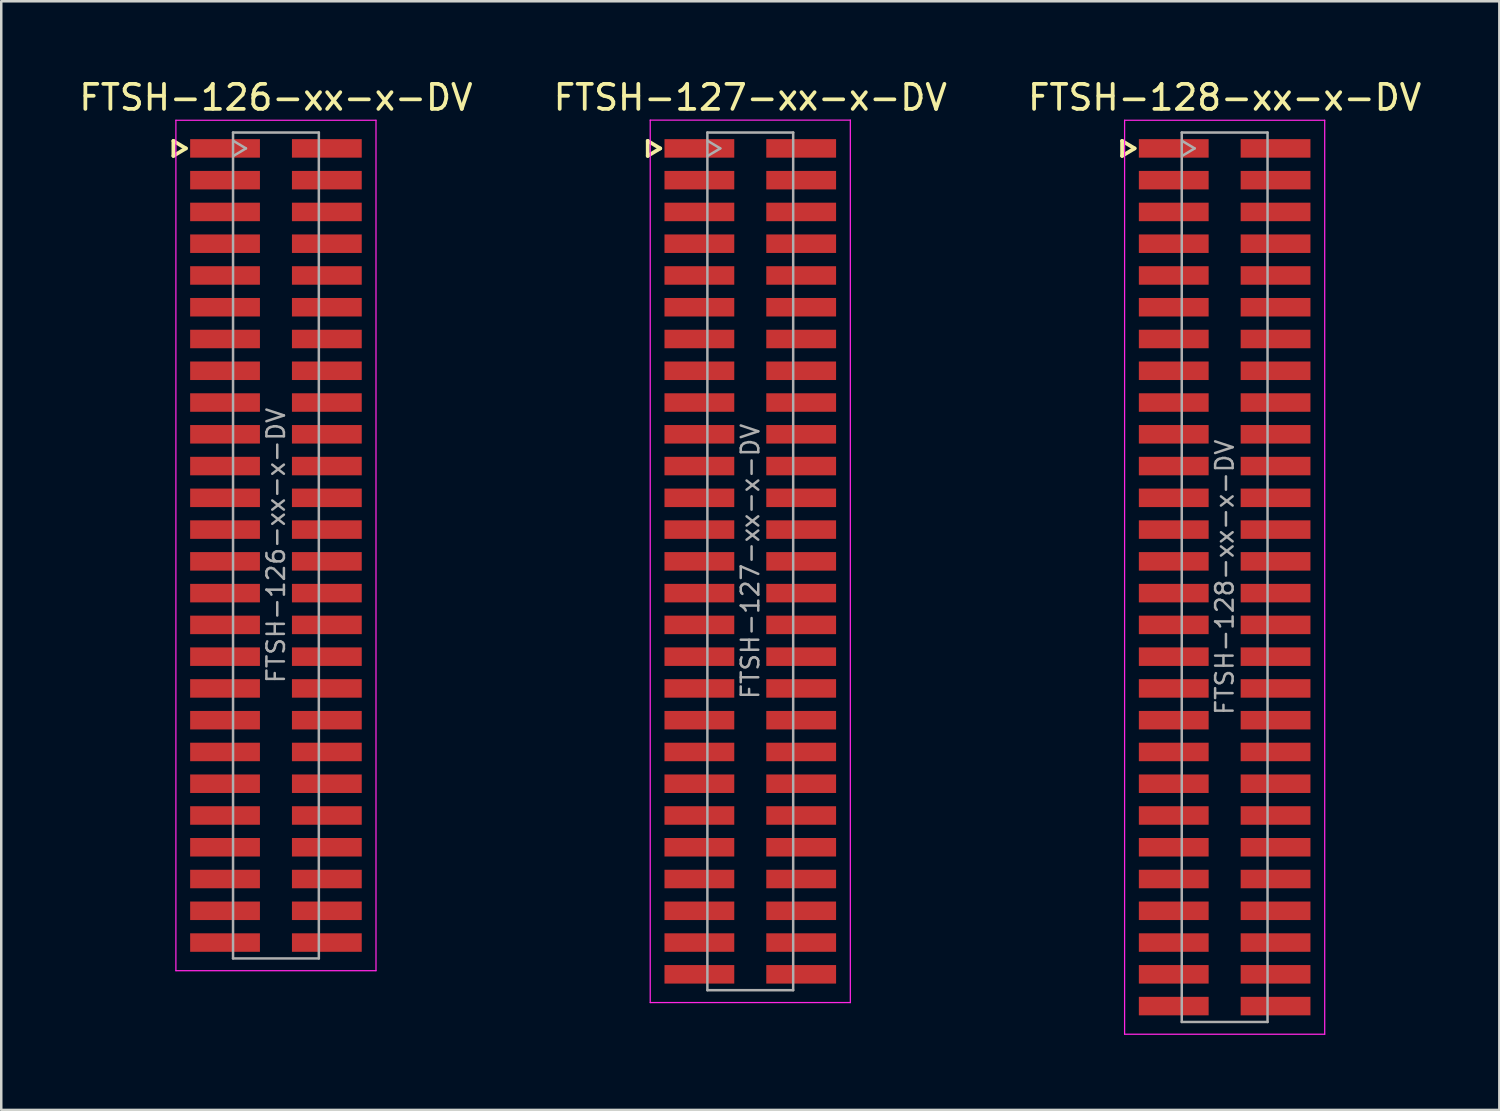
<source format=kicad_pcb>
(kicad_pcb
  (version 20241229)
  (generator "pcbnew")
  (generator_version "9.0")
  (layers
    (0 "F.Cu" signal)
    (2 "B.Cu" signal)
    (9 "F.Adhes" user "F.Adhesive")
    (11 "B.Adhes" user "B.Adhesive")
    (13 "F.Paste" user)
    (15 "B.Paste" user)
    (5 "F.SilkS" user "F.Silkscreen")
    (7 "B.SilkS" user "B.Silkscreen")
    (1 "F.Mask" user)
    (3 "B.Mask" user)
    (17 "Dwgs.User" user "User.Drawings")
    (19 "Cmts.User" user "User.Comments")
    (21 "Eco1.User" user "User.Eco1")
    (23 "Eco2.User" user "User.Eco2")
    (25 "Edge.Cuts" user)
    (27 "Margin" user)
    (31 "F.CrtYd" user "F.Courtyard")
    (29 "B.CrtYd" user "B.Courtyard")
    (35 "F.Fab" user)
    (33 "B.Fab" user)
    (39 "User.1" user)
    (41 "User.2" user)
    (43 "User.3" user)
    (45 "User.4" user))
  (footprint "FTSH-127-xx-x-DV"
    (layer "F.Cu")
    (at 26.946 19.393)
    (property "Reference" "FTSH-127-xx-x-DV" (at 0 -18.545 0) (layer "F.SilkS") (effects (font (size 1 1) (thickness 0.15))))
    (attr smd)
    (fp_line (start -4.1 -16.81) (end -4.1 -16.21) (stroke (width 0.15) (type solid)) (layer "F.SilkS"))
    (fp_line (start -4.1 -16.21) (end -3.6 -16.51) (stroke (width 0.15) (type solid)) (layer "F.SilkS"))
    (fp_line (start -3.6 -16.51) (end -4.1 -16.81) (stroke (width 0.15) (type solid)) (layer "F.SilkS"))
    (fp_line (start -4 -17.64) (end 4 -17.64) (stroke (width 0.05) (type solid)) (layer "F.CrtYd"))
    (fp_line (start -4 17.64) (end -4 -17.64) (stroke (width 0.05) (type solid)) (layer "F.CrtYd"))
    (fp_line (start 4 -17.64) (end 4 17.64) (stroke (width 0.05) (type solid)) (layer "F.CrtYd"))
    (fp_line (start 4 17.64) (end -4 17.64) (stroke (width 0.05) (type solid)) (layer "F.CrtYd"))
    (fp_line (start -1.715 -17.145) (end -1.715 17.145) (stroke (width 0.1) (type solid)) (layer "F.Fab"))
    (fp_line (start -1.715 -17.145) (end 1.715 -17.145) (stroke (width 0.1) (type solid)) (layer "F.Fab"))
    (fp_line (start -1.715 17.145) (end 1.715 17.145) (stroke (width 0.1) (type solid)) (layer "F.Fab"))
    (fp_line (start -1.7 -16.21) (end -1.2 -16.51) (stroke (width 0.1) (type solid)) (layer "F.Fab"))
    (fp_line (start -1.2 -16.51) (end -1.7 -16.81) (stroke (width 0.1) (type solid)) (layer "F.Fab"))
    (fp_line (start 1.715 -17.145) (end 1.715 17.145) (stroke (width 0.1) (type solid)) (layer "F.Fab"))
    (fp_text user "${REFERENCE}" (at 0 0 270) (layer "F.Fab") (effects (font (size 0.7 0.7) (thickness 0.1))))
    (pad "1" smd rect (at -2.035 -16.51) (size 2.79 0.74) (layers "F.Cu" "F.Mask" "F.Paste"))
    (pad "2" smd rect (at 2.035 -16.51) (size 2.79 0.74) (layers "F.Cu" "F.Mask" "F.Paste"))
    (pad "3" smd rect (at -2.035 -15.24) (size 2.79 0.74) (layers "F.Cu" "F.Mask" "F.Paste"))
    (pad "4" smd rect (at 2.035 -15.24) (size 2.79 0.74) (layers "F.Cu" "F.Mask" "F.Paste"))
    (pad "5" smd rect (at -2.035 -13.97) (size 2.79 0.74) (layers "F.Cu" "F.Mask" "F.Paste"))
    (pad "6" smd rect (at 2.035 -13.97) (size 2.79 0.74) (layers "F.Cu" "F.Mask" "F.Paste"))
    (pad "7" smd rect (at -2.035 -12.7) (size 2.79 0.74) (layers "F.Cu" "F.Mask" "F.Paste"))
    (pad "8" smd rect (at 2.035 -12.7) (size 2.79 0.74) (layers "F.Cu" "F.Mask" "F.Paste"))
    (pad "9" smd rect (at -2.035 -11.43) (size 2.79 0.74) (layers "F.Cu" "F.Mask" "F.Paste"))
    (pad "10" smd rect (at 2.035 -11.43) (size 2.79 0.74) (layers "F.Cu" "F.Mask" "F.Paste"))
    (pad "11" smd rect (at -2.035 -10.16) (size 2.79 0.74) (layers "F.Cu" "F.Mask" "F.Paste"))
    (pad "12" smd rect (at 2.035 -10.16) (size 2.79 0.74) (layers "F.Cu" "F.Mask" "F.Paste"))
    (pad "13" smd rect (at -2.035 -8.89) (size 2.79 0.74) (layers "F.Cu" "F.Mask" "F.Paste"))
    (pad "14" smd rect (at 2.035 -8.89) (size 2.79 0.74) (layers "F.Cu" "F.Mask" "F.Paste"))
    (pad "15" smd rect (at -2.035 -7.62) (size 2.79 0.74) (layers "F.Cu" "F.Mask" "F.Paste"))
    (pad "16" smd rect (at 2.035 -7.62) (size 2.79 0.74) (layers "F.Cu" "F.Mask" "F.Paste"))
    (pad "17" smd rect (at -2.035 -6.35) (size 2.79 0.74) (layers "F.Cu" "F.Mask" "F.Paste"))
    (pad "18" smd rect (at 2.035 -6.35) (size 2.79 0.74) (layers "F.Cu" "F.Mask" "F.Paste"))
    (pad "19" smd rect (at -2.035 -5.08) (size 2.79 0.74) (layers "F.Cu" "F.Mask" "F.Paste"))
    (pad "20" smd rect (at 2.035 -5.08) (size 2.79 0.74) (layers "F.Cu" "F.Mask" "F.Paste"))
    (pad "21" smd rect (at -2.035 -3.81) (size 2.79 0.74) (layers "F.Cu" "F.Mask" "F.Paste"))
    (pad "22" smd rect (at 2.035 -3.81) (size 2.79 0.74) (layers "F.Cu" "F.Mask" "F.Paste"))
    (pad "23" smd rect (at -2.035 -2.54) (size 2.79 0.74) (layers "F.Cu" "F.Mask" "F.Paste"))
    (pad "24" smd rect (at 2.035 -2.54) (size 2.79 0.74) (layers "F.Cu" "F.Mask" "F.Paste"))
    (pad "25" smd rect (at -2.035 -1.27) (size 2.79 0.74) (layers "F.Cu" "F.Mask" "F.Paste"))
    (pad "26" smd rect (at 2.035 -1.27) (size 2.79 0.74) (layers "F.Cu" "F.Mask" "F.Paste"))
    (pad "27" smd rect (at -2.035 0) (size 2.79 0.74) (layers "F.Cu" "F.Mask" "F.Paste"))
    (pad "28" smd rect (at 2.035 0) (size 2.79 0.74) (layers "F.Cu" "F.Mask" "F.Paste"))
    (pad "29" smd rect (at -2.035 1.27) (size 2.79 0.74) (layers "F.Cu" "F.Mask" "F.Paste"))
    (pad "30" smd rect (at 2.035 1.27) (size 2.79 0.74) (layers "F.Cu" "F.Mask" "F.Paste"))
    (pad "31" smd rect (at -2.035 2.54) (size 2.79 0.74) (layers "F.Cu" "F.Mask" "F.Paste"))
    (pad "32" smd rect (at 2.035 2.54) (size 2.79 0.74) (layers "F.Cu" "F.Mask" "F.Paste"))
    (pad "33" smd rect (at -2.035 3.81) (size 2.79 0.74) (layers "F.Cu" "F.Mask" "F.Paste"))
    (pad "34" smd rect (at 2.035 3.81) (size 2.79 0.74) (layers "F.Cu" "F.Mask" "F.Paste"))
    (pad "35" smd rect (at -2.035 5.08) (size 2.79 0.74) (layers "F.Cu" "F.Mask" "F.Paste"))
    (pad "36" smd rect (at 2.035 5.08) (size 2.79 0.74) (layers "F.Cu" "F.Mask" "F.Paste"))
    (pad "37" smd rect (at -2.035 6.35) (size 2.79 0.74) (layers "F.Cu" "F.Mask" "F.Paste"))
    (pad "38" smd rect (at 2.035 6.35) (size 2.79 0.74) (layers "F.Cu" "F.Mask" "F.Paste"))
    (pad "39" smd rect (at -2.035 7.62) (size 2.79 0.74) (layers "F.Cu" "F.Mask" "F.Paste"))
    (pad "40" smd rect (at 2.035 7.62) (size 2.79 0.74) (layers "F.Cu" "F.Mask" "F.Paste"))
    (pad "41" smd rect (at -2.035 8.89) (size 2.79 0.74) (layers "F.Cu" "F.Mask" "F.Paste"))
    (pad "42" smd rect (at 2.035 8.89) (size 2.79 0.74) (layers "F.Cu" "F.Mask" "F.Paste"))
    (pad "43" smd rect (at -2.035 10.16) (size 2.79 0.74) (layers "F.Cu" "F.Mask" "F.Paste"))
    (pad "44" smd rect (at 2.035 10.16) (size 2.79 0.74) (layers "F.Cu" "F.Mask" "F.Paste"))
    (pad "45" smd rect (at -2.035 11.43) (size 2.79 0.74) (layers "F.Cu" "F.Mask" "F.Paste"))
    (pad "46" smd rect (at 2.035 11.43) (size 2.79 0.74) (layers "F.Cu" "F.Mask" "F.Paste"))
    (pad "47" smd rect (at -2.035 12.7) (size 2.79 0.74) (layers "F.Cu" "F.Mask" "F.Paste"))
    (pad "48" smd rect (at 2.035 12.7) (size 2.79 0.74) (layers "F.Cu" "F.Mask" "F.Paste"))
    (pad "49" smd rect (at -2.035 13.97) (size 2.79 0.74) (layers "F.Cu" "F.Mask" "F.Paste"))
    (pad "50" smd rect (at 2.035 13.97) (size 2.79 0.74) (layers "F.Cu" "F.Mask" "F.Paste"))
    (pad "51" smd rect (at -2.035 15.24) (size 2.79 0.74) (layers "F.Cu" "F.Mask" "F.Paste"))
    (pad "52" smd rect (at 2.035 15.24) (size 2.79 0.74) (layers "F.Cu" "F.Mask" "F.Paste"))
    (pad "53" smd rect (at -2.035 16.51) (size 2.79 0.74) (layers "F.Cu" "F.Mask" "F.Paste"))
    (pad "54" smd rect (at 2.035 16.51) (size 2.79 0.74) (layers "F.Cu" "F.Mask" "F.Paste")))
  (footprint "FTSH-126-xx-x-DV"
    (layer "F.Cu")
    (at 7.982 18.758)
    (property "Reference" "FTSH-126-xx-x-DV" (at 0 -17.91 0) (layer "F.SilkS") (effects (font (size 1 1) (thickness 0.15))))
    (attr smd)
    (fp_line (start -4.1 -16.175) (end -4.1 -15.575) (stroke (width 0.15) (type solid)) (layer "F.SilkS"))
    (fp_line (start -4.1 -15.575) (end -3.6 -15.875) (stroke (width 0.15) (type solid)) (layer "F.SilkS"))
    (fp_line (start -3.6 -15.875) (end -4.1 -16.175) (stroke (width 0.15) (type solid)) (layer "F.SilkS"))
    (fp_line (start -4 -17) (end 4 -17) (stroke (width 0.05) (type solid)) (layer "F.CrtYd"))
    (fp_line (start -4 17) (end -4 -17) (stroke (width 0.05) (type solid)) (layer "F.CrtYd"))
    (fp_line (start 4 -17) (end 4 17) (stroke (width 0.05) (type solid)) (layer "F.CrtYd"))
    (fp_line (start 4 17) (end -4 17) (stroke (width 0.05) (type solid)) (layer "F.CrtYd"))
    (fp_line (start -1.715 -16.51) (end -1.715 16.51) (stroke (width 0.1) (type solid)) (layer "F.Fab"))
    (fp_line (start -1.715 -16.51) (end 1.715 -16.51) (stroke (width 0.1) (type solid)) (layer "F.Fab"))
    (fp_line (start -1.715 16.51) (end 1.715 16.51) (stroke (width 0.1) (type solid)) (layer "F.Fab"))
    (fp_line (start -1.7 -15.575) (end -1.2 -15.875) (stroke (width 0.1) (type solid)) (layer "F.Fab"))
    (fp_line (start -1.2 -15.875) (end -1.7 -16.175) (stroke (width 0.1) (type solid)) (layer "F.Fab"))
    (fp_line (start 1.715 -16.51) (end 1.715 16.51) (stroke (width 0.1) (type solid)) (layer "F.Fab"))
    (fp_text user "${REFERENCE}" (at 0 0 270) (layer "F.Fab") (effects (font (size 0.7 0.7) (thickness 0.1))))
    (pad "1" smd rect (at -2.035 -15.875) (size 2.79 0.74) (layers "F.Cu" "F.Mask" "F.Paste"))
    (pad "2" smd rect (at 2.035 -15.875) (size 2.79 0.74) (layers "F.Cu" "F.Mask" "F.Paste"))
    (pad "3" smd rect (at -2.035 -14.605) (size 2.79 0.74) (layers "F.Cu" "F.Mask" "F.Paste"))
    (pad "4" smd rect (at 2.035 -14.605) (size 2.79 0.74) (layers "F.Cu" "F.Mask" "F.Paste"))
    (pad "5" smd rect (at -2.035 -13.335) (size 2.79 0.74) (layers "F.Cu" "F.Mask" "F.Paste"))
    (pad "6" smd rect (at 2.035 -13.335) (size 2.79 0.74) (layers "F.Cu" "F.Mask" "F.Paste"))
    (pad "7" smd rect (at -2.035 -12.065) (size 2.79 0.74) (layers "F.Cu" "F.Mask" "F.Paste"))
    (pad "8" smd rect (at 2.035 -12.065) (size 2.79 0.74) (layers "F.Cu" "F.Mask" "F.Paste"))
    (pad "9" smd rect (at -2.035 -10.795) (size 2.79 0.74) (layers "F.Cu" "F.Mask" "F.Paste"))
    (pad "10" smd rect (at 2.035 -10.795) (size 2.79 0.74) (layers "F.Cu" "F.Mask" "F.Paste"))
    (pad "11" smd rect (at -2.035 -9.525) (size 2.79 0.74) (layers "F.Cu" "F.Mask" "F.Paste"))
    (pad "12" smd rect (at 2.035 -9.525) (size 2.79 0.74) (layers "F.Cu" "F.Mask" "F.Paste"))
    (pad "13" smd rect (at -2.035 -8.255) (size 2.79 0.74) (layers "F.Cu" "F.Mask" "F.Paste"))
    (pad "14" smd rect (at 2.035 -8.255) (size 2.79 0.74) (layers "F.Cu" "F.Mask" "F.Paste"))
    (pad "15" smd rect (at -2.035 -6.985) (size 2.79 0.74) (layers "F.Cu" "F.Mask" "F.Paste"))
    (pad "16" smd rect (at 2.035 -6.985) (size 2.79 0.74) (layers "F.Cu" "F.Mask" "F.Paste"))
    (pad "17" smd rect (at -2.035 -5.715) (size 2.79 0.74) (layers "F.Cu" "F.Mask" "F.Paste"))
    (pad "18" smd rect (at 2.035 -5.715) (size 2.79 0.74) (layers "F.Cu" "F.Mask" "F.Paste"))
    (pad "19" smd rect (at -2.035 -4.445) (size 2.79 0.74) (layers "F.Cu" "F.Mask" "F.Paste"))
    (pad "20" smd rect (at 2.035 -4.445) (size 2.79 0.74) (layers "F.Cu" "F.Mask" "F.Paste"))
    (pad "21" smd rect (at -2.035 -3.175) (size 2.79 0.74) (layers "F.Cu" "F.Mask" "F.Paste"))
    (pad "22" smd rect (at 2.035 -3.175) (size 2.79 0.74) (layers "F.Cu" "F.Mask" "F.Paste"))
    (pad "23" smd rect (at -2.035 -1.905) (size 2.79 0.74) (layers "F.Cu" "F.Mask" "F.Paste"))
    (pad "24" smd rect (at 2.035 -1.905) (size 2.79 0.74) (layers "F.Cu" "F.Mask" "F.Paste"))
    (pad "25" smd rect (at -2.035 -0.635) (size 2.79 0.74) (layers "F.Cu" "F.Mask" "F.Paste"))
    (pad "26" smd rect (at 2.035 -0.635) (size 2.79 0.74) (layers "F.Cu" "F.Mask" "F.Paste"))
    (pad "27" smd rect (at -2.035 0.635) (size 2.79 0.74) (layers "F.Cu" "F.Mask" "F.Paste"))
    (pad "28" smd rect (at 2.035 0.635) (size 2.79 0.74) (layers "F.Cu" "F.Mask" "F.Paste"))
    (pad "29" smd rect (at -2.035 1.905) (size 2.79 0.74) (layers "F.Cu" "F.Mask" "F.Paste"))
    (pad "30" smd rect (at 2.035 1.905) (size 2.79 0.74) (layers "F.Cu" "F.Mask" "F.Paste"))
    (pad "31" smd rect (at -2.035 3.175) (size 2.79 0.74) (layers "F.Cu" "F.Mask" "F.Paste"))
    (pad "32" smd rect (at 2.035 3.175) (size 2.79 0.74) (layers "F.Cu" "F.Mask" "F.Paste"))
    (pad "33" smd rect (at -2.035 4.445) (size 2.79 0.74) (layers "F.Cu" "F.Mask" "F.Paste"))
    (pad "34" smd rect (at 2.035 4.445) (size 2.79 0.74) (layers "F.Cu" "F.Mask" "F.Paste"))
    (pad "35" smd rect (at -2.035 5.715) (size 2.79 0.74) (layers "F.Cu" "F.Mask" "F.Paste"))
    (pad "36" smd rect (at 2.035 5.715) (size 2.79 0.74) (layers "F.Cu" "F.Mask" "F.Paste"))
    (pad "37" smd rect (at -2.035 6.985) (size 2.79 0.74) (layers "F.Cu" "F.Mask" "F.Paste"))
    (pad "38" smd rect (at 2.035 6.985) (size 2.79 0.74) (layers "F.Cu" "F.Mask" "F.Paste"))
    (pad "39" smd rect (at -2.035 8.255) (size 2.79 0.74) (layers "F.Cu" "F.Mask" "F.Paste"))
    (pad "40" smd rect (at 2.035 8.255) (size 2.79 0.74) (layers "F.Cu" "F.Mask" "F.Paste"))
    (pad "41" smd rect (at -2.035 9.525) (size 2.79 0.74) (layers "F.Cu" "F.Mask" "F.Paste"))
    (pad "42" smd rect (at 2.035 9.525) (size 2.79 0.74) (layers "F.Cu" "F.Mask" "F.Paste"))
    (pad "43" smd rect (at -2.035 10.795) (size 2.79 0.74) (layers "F.Cu" "F.Mask" "F.Paste"))
    (pad "44" smd rect (at 2.035 10.795) (size 2.79 0.74) (layers "F.Cu" "F.Mask" "F.Paste"))
    (pad "45" smd rect (at -2.035 12.065) (size 2.79 0.74) (layers "F.Cu" "F.Mask" "F.Paste"))
    (pad "46" smd rect (at 2.035 12.065) (size 2.79 0.74) (layers "F.Cu" "F.Mask" "F.Paste"))
    (pad "47" smd rect (at -2.035 13.335) (size 2.79 0.74) (layers "F.Cu" "F.Mask" "F.Paste"))
    (pad "48" smd rect (at 2.035 13.335) (size 2.79 0.74) (layers "F.Cu" "F.Mask" "F.Paste"))
    (pad "49" smd rect (at -2.035 14.605) (size 2.79 0.74) (layers "F.Cu" "F.Mask" "F.Paste"))
    (pad "50" smd rect (at 2.035 14.605) (size 2.79 0.74) (layers "F.Cu" "F.Mask" "F.Paste"))
    (pad "51" smd rect (at -2.035 15.875) (size 2.79 0.74) (layers "F.Cu" "F.Mask" "F.Paste"))
    (pad "52" smd rect (at 2.035 15.875) (size 2.79 0.74) (layers "F.Cu" "F.Mask" "F.Paste")))
  (footprint "FTSH-128-xx-x-DV"
    (layer "F.Cu")
    (at 45.911 20.028)
    (property "Reference" "FTSH-128-xx-x-DV" (at 0 -19.18 0) (layer "F.SilkS") (effects (font (size 1 1) (thickness 0.15))))
    (attr smd)
    (fp_line (start -4.1 -17.445) (end -4.1 -16.845) (stroke (width 0.15) (type solid)) (layer "F.SilkS"))
    (fp_line (start -4.1 -16.845) (end -3.6 -17.145) (stroke (width 0.15) (type solid)) (layer "F.SilkS"))
    (fp_line (start -3.6 -17.145) (end -4.1 -17.445) (stroke (width 0.15) (type solid)) (layer "F.SilkS"))
    (fp_line (start -4 -18.27) (end 4 -18.27) (stroke (width 0.05) (type solid)) (layer "F.CrtYd"))
    (fp_line (start -4 18.27) (end -4 -18.27) (stroke (width 0.05) (type solid)) (layer "F.CrtYd"))
    (fp_line (start 4 -18.27) (end 4 18.27) (stroke (width 0.05) (type solid)) (layer "F.CrtYd"))
    (fp_line (start 4 18.27) (end -4 18.27) (stroke (width 0.05) (type solid)) (layer "F.CrtYd"))
    (fp_line (start -1.715 -17.78) (end -1.715 17.78) (stroke (width 0.1) (type solid)) (layer "F.Fab"))
    (fp_line (start -1.715 -17.78) (end 1.715 -17.78) (stroke (width 0.1) (type solid)) (layer "F.Fab"))
    (fp_line (start -1.715 17.78) (end 1.715 17.78) (stroke (width 0.1) (type solid)) (layer "F.Fab"))
    (fp_line (start -1.7 -16.845) (end -1.2 -17.145) (stroke (width 0.1) (type solid)) (layer "F.Fab"))
    (fp_line (start -1.2 -17.145) (end -1.7 -17.445) (stroke (width 0.1) (type solid)) (layer "F.Fab"))
    (fp_line (start 1.715 -17.78) (end 1.715 17.78) (stroke (width 0.1) (type solid)) (layer "F.Fab"))
    (fp_text user "${REFERENCE}" (at 0 0 270) (layer "F.Fab") (effects (font (size 0.7 0.7) (thickness 0.1))))
    (pad "1" smd rect (at -2.035 -17.145) (size 2.79 0.74) (layers "F.Cu" "F.Mask" "F.Paste"))
    (pad "2" smd rect (at 2.035 -17.145) (size 2.79 0.74) (layers "F.Cu" "F.Mask" "F.Paste"))
    (pad "3" smd rect (at -2.035 -15.875) (size 2.79 0.74) (layers "F.Cu" "F.Mask" "F.Paste"))
    (pad "4" smd rect (at 2.035 -15.875) (size 2.79 0.74) (layers "F.Cu" "F.Mask" "F.Paste"))
    (pad "5" smd rect (at -2.035 -14.605) (size 2.79 0.74) (layers "F.Cu" "F.Mask" "F.Paste"))
    (pad "6" smd rect (at 2.035 -14.605) (size 2.79 0.74) (layers "F.Cu" "F.Mask" "F.Paste"))
    (pad "7" smd rect (at -2.035 -13.335) (size 2.79 0.74) (layers "F.Cu" "F.Mask" "F.Paste"))
    (pad "8" smd rect (at 2.035 -13.335) (size 2.79 0.74) (layers "F.Cu" "F.Mask" "F.Paste"))
    (pad "9" smd rect (at -2.035 -12.065) (size 2.79 0.74) (layers "F.Cu" "F.Mask" "F.Paste"))
    (pad "10" smd rect (at 2.035 -12.065) (size 2.79 0.74) (layers "F.Cu" "F.Mask" "F.Paste"))
    (pad "11" smd rect (at -2.035 -10.795) (size 2.79 0.74) (layers "F.Cu" "F.Mask" "F.Paste"))
    (pad "12" smd rect (at 2.035 -10.795) (size 2.79 0.74) (layers "F.Cu" "F.Mask" "F.Paste"))
    (pad "13" smd rect (at -2.035 -9.525) (size 2.79 0.74) (layers "F.Cu" "F.Mask" "F.Paste"))
    (pad "14" smd rect (at 2.035 -9.525) (size 2.79 0.74) (layers "F.Cu" "F.Mask" "F.Paste"))
    (pad "15" smd rect (at -2.035 -8.255) (size 2.79 0.74) (layers "F.Cu" "F.Mask" "F.Paste"))
    (pad "16" smd rect (at 2.035 -8.255) (size 2.79 0.74) (layers "F.Cu" "F.Mask" "F.Paste"))
    (pad "17" smd rect (at -2.035 -6.985) (size 2.79 0.74) (layers "F.Cu" "F.Mask" "F.Paste"))
    (pad "18" smd rect (at 2.035 -6.985) (size 2.79 0.74) (layers "F.Cu" "F.Mask" "F.Paste"))
    (pad "19" smd rect (at -2.035 -5.715) (size 2.79 0.74) (layers "F.Cu" "F.Mask" "F.Paste"))
    (pad "20" smd rect (at 2.035 -5.715) (size 2.79 0.74) (layers "F.Cu" "F.Mask" "F.Paste"))
    (pad "21" smd rect (at -2.035 -4.445) (size 2.79 0.74) (layers "F.Cu" "F.Mask" "F.Paste"))
    (pad "22" smd rect (at 2.035 -4.445) (size 2.79 0.74) (layers "F.Cu" "F.Mask" "F.Paste"))
    (pad "23" smd rect (at -2.035 -3.175) (size 2.79 0.74) (layers "F.Cu" "F.Mask" "F.Paste"))
    (pad "24" smd rect (at 2.035 -3.175) (size 2.79 0.74) (layers "F.Cu" "F.Mask" "F.Paste"))
    (pad "25" smd rect (at -2.035 -1.905) (size 2.79 0.74) (layers "F.Cu" "F.Mask" "F.Paste"))
    (pad "26" smd rect (at 2.035 -1.905) (size 2.79 0.74) (layers "F.Cu" "F.Mask" "F.Paste"))
    (pad "27" smd rect (at -2.035 -0.635) (size 2.79 0.74) (layers "F.Cu" "F.Mask" "F.Paste"))
    (pad "28" smd rect (at 2.035 -0.635) (size 2.79 0.74) (layers "F.Cu" "F.Mask" "F.Paste"))
    (pad "29" smd rect (at -2.035 0.635) (size 2.79 0.74) (layers "F.Cu" "F.Mask" "F.Paste"))
    (pad "30" smd rect (at 2.035 0.635) (size 2.79 0.74) (layers "F.Cu" "F.Mask" "F.Paste"))
    (pad "31" smd rect (at -2.035 1.905) (size 2.79 0.74) (layers "F.Cu" "F.Mask" "F.Paste"))
    (pad "32" smd rect (at 2.035 1.905) (size 2.79 0.74) (layers "F.Cu" "F.Mask" "F.Paste"))
    (pad "33" smd rect (at -2.035 3.175) (size 2.79 0.74) (layers "F.Cu" "F.Mask" "F.Paste"))
    (pad "34" smd rect (at 2.035 3.175) (size 2.79 0.74) (layers "F.Cu" "F.Mask" "F.Paste"))
    (pad "35" smd rect (at -2.035 4.445) (size 2.79 0.74) (layers "F.Cu" "F.Mask" "F.Paste"))
    (pad "36" smd rect (at 2.035 4.445) (size 2.79 0.74) (layers "F.Cu" "F.Mask" "F.Paste"))
    (pad "37" smd rect (at -2.035 5.715) (size 2.79 0.74) (layers "F.Cu" "F.Mask" "F.Paste"))
    (pad "38" smd rect (at 2.035 5.715) (size 2.79 0.74) (layers "F.Cu" "F.Mask" "F.Paste"))
    (pad "39" smd rect (at -2.035 6.985) (size 2.79 0.74) (layers "F.Cu" "F.Mask" "F.Paste"))
    (pad "40" smd rect (at 2.035 6.985) (size 2.79 0.74) (layers "F.Cu" "F.Mask" "F.Paste"))
    (pad "41" smd rect (at -2.035 8.255) (size 2.79 0.74) (layers "F.Cu" "F.Mask" "F.Paste"))
    (pad "42" smd rect (at 2.035 8.255) (size 2.79 0.74) (layers "F.Cu" "F.Mask" "F.Paste"))
    (pad "43" smd rect (at -2.035 9.525) (size 2.79 0.74) (layers "F.Cu" "F.Mask" "F.Paste"))
    (pad "44" smd rect (at 2.035 9.525) (size 2.79 0.74) (layers "F.Cu" "F.Mask" "F.Paste"))
    (pad "45" smd rect (at -2.035 10.795) (size 2.79 0.74) (layers "F.Cu" "F.Mask" "F.Paste"))
    (pad "46" smd rect (at 2.035 10.795) (size 2.79 0.74) (layers "F.Cu" "F.Mask" "F.Paste"))
    (pad "47" smd rect (at -2.035 12.065) (size 2.79 0.74) (layers "F.Cu" "F.Mask" "F.Paste"))
    (pad "48" smd rect (at 2.035 12.065) (size 2.79 0.74) (layers "F.Cu" "F.Mask" "F.Paste"))
    (pad "49" smd rect (at -2.035 13.335) (size 2.79 0.74) (layers "F.Cu" "F.Mask" "F.Paste"))
    (pad "50" smd rect (at 2.035 13.335) (size 2.79 0.74) (layers "F.Cu" "F.Mask" "F.Paste"))
    (pad "51" smd rect (at -2.035 14.605) (size 2.79 0.74) (layers "F.Cu" "F.Mask" "F.Paste"))
    (pad "52" smd rect (at 2.035 14.605) (size 2.79 0.74) (layers "F.Cu" "F.Mask" "F.Paste"))
    (pad "53" smd rect (at -2.035 15.875) (size 2.79 0.74) (layers "F.Cu" "F.Mask" "F.Paste"))
    (pad "54" smd rect (at 2.035 15.875) (size 2.79 0.74) (layers "F.Cu" "F.Mask" "F.Paste"))
    (pad "55" smd rect (at -2.035 17.145) (size 2.79 0.74) (layers "F.Cu" "F.Mask" "F.Paste"))
    (pad "56" smd rect (at 2.035 17.145) (size 2.79 0.74) (layers "F.Cu" "F.Mask" "F.Paste")))
  (gr_rect
    (start -3 -3)
    (end 56.893 41.323)
    (stroke (width 0.1) (type default))
    (fill no)
    (layer "Edge.Cuts")))
</source>
